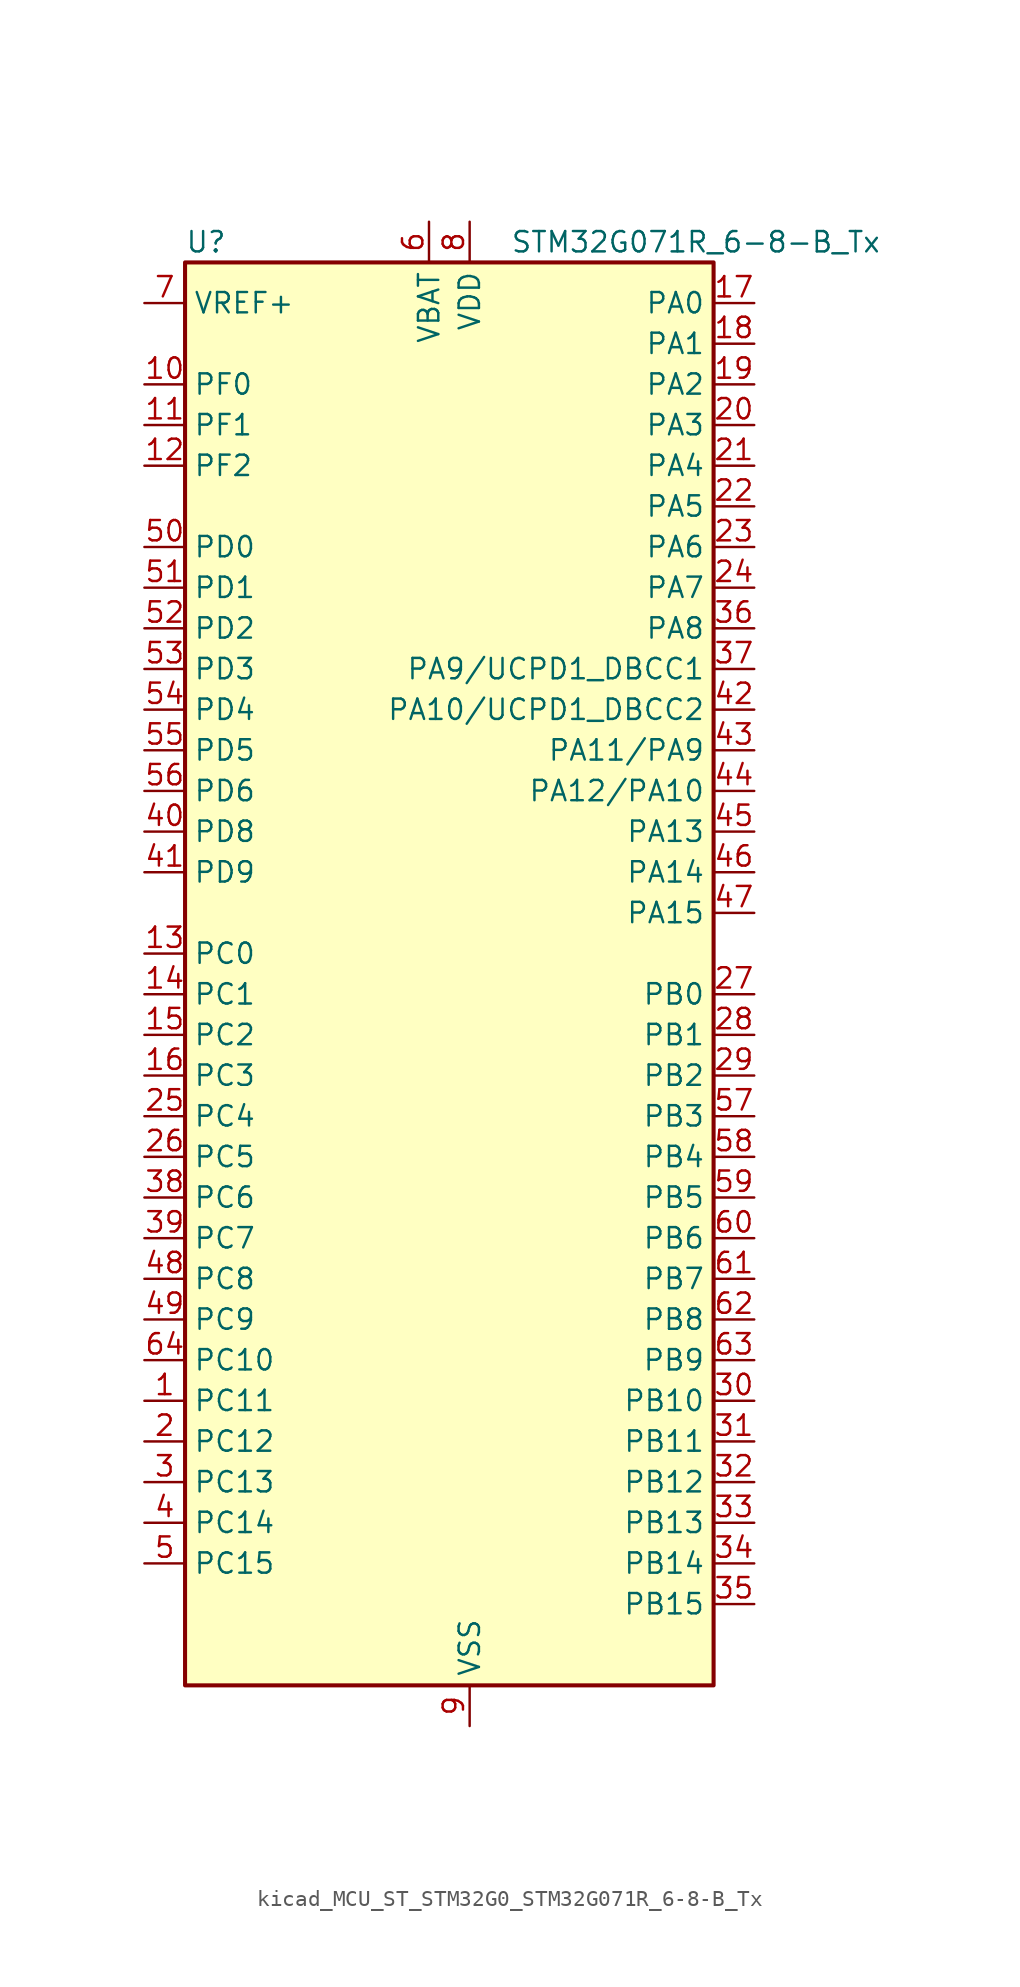
<source format=kicad_sym>
(kicad_symbol_lib
  (version 20220914)
  (generator kicad_symbol_editor)
  (symbol "kicad_MCU_ST_STM32G0_STM32G071R_6-8-B_Tx"
    (property "Reference" "U"
      (at -15.24 46.99 0)
      (effects (font (size 1.27 1.27)) (justify left)))
    (property "Value" "STM32G071R_6-8-B_Tx"
      (at 5.08 46.99 0)
      (effects (font (size 1.27 1.27)) (justify left)))
    (property "ki_locked" ""
      (at 0 0 0)
      (effects (font (size 1.27 1.27))))
    (symbol "kicad_MCU_ST_STM32G0_STM32G071R_6-8-B_Tx_0_1"
      (rectangle (start -15.24 -43.18) (end 17.78 45.72) (stroke (width 0.254) (type default)) (fill (type background))))
    (symbol "kicad_MCU_ST_STM32G0_STM32G071R_6-8-B_Tx_1_1"
      (pin bidirectional line (at -17.78 -25.4 0) (length 2.54) (name "PC11" (effects (font (size 1.27 1.27)))) (number "1" (effects (font (size 1.27 1.27)))) (alternate "ADC1_EXTI11" bidirectional line) (alternate "TIM1_CH4" bidirectional line) (alternate "USART3_RX" bidirectional line) (alternate "USART4_RX" bidirectional line))
      (pin bidirectional line (at -17.78 38.1 0) (length 2.54) (name "PF0" (effects (font (size 1.27 1.27)))) (number "10" (effects (font (size 1.27 1.27)))) (alternate "RCC_OSC_IN" bidirectional line) (alternate "TIM14_CH1" bidirectional line))
      (pin bidirectional line (at -17.78 35.56 0) (length 2.54) (name "PF1" (effects (font (size 1.27 1.27)))) (number "11" (effects (font (size 1.27 1.27)))) (alternate "RCC_OSC_EN" bidirectional line) (alternate "RCC_OSC_OUT" bidirectional line) (alternate "TIM15_CH1N" bidirectional line))
      (pin bidirectional line (at -17.78 33.02 0) (length 2.54) (name "PF2" (effects (font (size 1.27 1.27)))) (number "12" (effects (font (size 1.27 1.27)))) (alternate "RCC_MCO" bidirectional line))
      (pin bidirectional line (at -17.78 2.54 0) (length 2.54) (name "PC0" (effects (font (size 1.27 1.27)))) (number "13" (effects (font (size 1.27 1.27)))) (alternate "LPTIM1_IN1" bidirectional line) (alternate "LPTIM2_IN1" bidirectional line) (alternate "LPUART1_RX" bidirectional line))
      (pin bidirectional line (at -17.78 0 0) (length 2.54) (name "PC1" (effects (font (size 1.27 1.27)))) (number "14" (effects (font (size 1.27 1.27)))) (alternate "LPTIM1_OUT" bidirectional line) (alternate "LPUART1_TX" bidirectional line) (alternate "TIM15_CH1" bidirectional line))
      (pin bidirectional line (at -17.78 -2.54 0) (length 2.54) (name "PC2" (effects (font (size 1.27 1.27)))) (number "15" (effects (font (size 1.27 1.27)))) (alternate "LPTIM1_IN2" bidirectional line) (alternate "SPI2_MISO" bidirectional line) (alternate "TIM15_CH2" bidirectional line))
      (pin bidirectional line (at -17.78 -5.08 0) (length 2.54) (name "PC3" (effects (font (size 1.27 1.27)))) (number "16" (effects (font (size 1.27 1.27)))) (alternate "LPTIM1_ETR" bidirectional line) (alternate "LPTIM2_ETR" bidirectional line) (alternate "SPI2_MOSI" bidirectional line))
      (pin bidirectional line (at 20.32 43.18 180) (length 2.54) (name "PA0" (effects (font (size 1.27 1.27)))) (number "17" (effects (font (size 1.27 1.27)))) (alternate "ADC1_IN0" bidirectional line) (alternate "COMP1_INM" bidirectional line) (alternate "COMP1_OUT" bidirectional line) (alternate "LPTIM1_OUT" bidirectional line) (alternate "RTC_TAMP_IN2" bidirectional line) (alternate "SPI2_SCK" bidirectional line) (alternate "SYS_WKUP1" bidirectional line) (alternate "TIM2_CH1" bidirectional line) (alternate "TIM2_ETR" bidirectional line) (alternate "UCPD2_FRSTX1" bidirectional line) (alternate "UCPD2_FRSTX2" bidirectional line) (alternate "USART2_CTS" bidirectional line) (alternate "USART2_NSS" bidirectional line) (alternate "USART4_TX" bidirectional line))
      (pin bidirectional line (at 20.32 40.64 180) (length 2.54) (name "PA1" (effects (font (size 1.27 1.27)))) (number "18" (effects (font (size 1.27 1.27)))) (alternate "ADC1_IN1" bidirectional line) (alternate "COMP1_INP" bidirectional line) (alternate "I2C1_SMBA" bidirectional line) (alternate "I2S1_CK" bidirectional line) (alternate "SPI1_SCK" bidirectional line) (alternate "TIM15_CH1N" bidirectional line) (alternate "TIM2_CH2" bidirectional line) (alternate "USART2_CK" bidirectional line) (alternate "USART2_DE" bidirectional line) (alternate "USART2_RTS" bidirectional line) (alternate "USART4_RX" bidirectional line))
      (pin bidirectional line (at 20.32 38.1 180) (length 2.54) (name "PA2" (effects (font (size 1.27 1.27)))) (number "19" (effects (font (size 1.27 1.27)))) (alternate "ADC1_IN2" bidirectional line) (alternate "COMP2_INM" bidirectional line) (alternate "COMP2_OUT" bidirectional line) (alternate "I2S1_SD" bidirectional line) (alternate "LPUART1_TX" bidirectional line) (alternate "RCC_LSCO" bidirectional line) (alternate "SPI1_MOSI" bidirectional line) (alternate "SYS_WKUP4" bidirectional line) (alternate "TIM15_CH1" bidirectional line) (alternate "TIM2_CH3" bidirectional line) (alternate "UCPD1_FRSTX1" bidirectional line) (alternate "UCPD1_FRSTX2" bidirectional line) (alternate "USART2_TX" bidirectional line))
      (pin bidirectional line (at -17.78 -27.94 0) (length 2.54) (name "PC12" (effects (font (size 1.27 1.27)))) (number "2" (effects (font (size 1.27 1.27)))) (alternate "LPTIM1_IN1" bidirectional line) (alternate "TIM14_CH1" bidirectional line) (alternate "UCPD1_FRSTX1" bidirectional line) (alternate "UCPD1_FRSTX2" bidirectional line))
      (pin bidirectional line (at 20.32 35.56 180) (length 2.54) (name "PA3" (effects (font (size 1.27 1.27)))) (number "20" (effects (font (size 1.27 1.27)))) (alternate "ADC1_IN3" bidirectional line) (alternate "COMP2_INP" bidirectional line) (alternate "LPUART1_RX" bidirectional line) (alternate "SPI2_MISO" bidirectional line) (alternate "TIM15_CH2" bidirectional line) (alternate "TIM2_CH4" bidirectional line) (alternate "UCPD2_FRSTX1" bidirectional line) (alternate "UCPD2_FRSTX2" bidirectional line) (alternate "USART2_RX" bidirectional line))
      (pin bidirectional line (at 20.32 33.02 180) (length 2.54) (name "PA4" (effects (font (size 1.27 1.27)))) (number "21" (effects (font (size 1.27 1.27)))) (alternate "ADC1_IN4" bidirectional line) (alternate "DAC1_OUT1" bidirectional line) (alternate "I2S1_WS" bidirectional line) (alternate "LPTIM2_OUT" bidirectional line) (alternate "RTC_OUT_ALARM" bidirectional line) (alternate "RTC_OUT_CALIB" bidirectional line) (alternate "SPI1_NSS" bidirectional line) (alternate "SPI2_MOSI" bidirectional line) (alternate "TIM14_CH1" bidirectional line) (alternate "UCPD2_FRSTX1" bidirectional line) (alternate "UCPD2_FRSTX2" bidirectional line))
      (pin bidirectional line (at 20.32 30.48 180) (length 2.54) (name "PA5" (effects (font (size 1.27 1.27)))) (number "22" (effects (font (size 1.27 1.27)))) (alternate "ADC1_IN5" bidirectional line) (alternate "CEC" bidirectional line) (alternate "DAC1_OUT2" bidirectional line) (alternate "I2S1_CK" bidirectional line) (alternate "LPTIM2_ETR" bidirectional line) (alternate "SPI1_SCK" bidirectional line) (alternate "TIM2_CH1" bidirectional line) (alternate "TIM2_ETR" bidirectional line) (alternate "UCPD1_FRSTX1" bidirectional line) (alternate "UCPD1_FRSTX2" bidirectional line) (alternate "USART3_TX" bidirectional line))
      (pin bidirectional line (at 20.32 27.94 180) (length 2.54) (name "PA6" (effects (font (size 1.27 1.27)))) (number "23" (effects (font (size 1.27 1.27)))) (alternate "ADC1_IN6" bidirectional line) (alternate "COMP1_OUT" bidirectional line) (alternate "I2S1_MCK" bidirectional line) (alternate "LPUART1_CTS" bidirectional line) (alternate "SPI1_MISO" bidirectional line) (alternate "TIM16_CH1" bidirectional line) (alternate "TIM1_BK" bidirectional line) (alternate "TIM3_CH1" bidirectional line) (alternate "USART3_CTS" bidirectional line) (alternate "USART3_NSS" bidirectional line))
      (pin bidirectional line (at 20.32 25.4 180) (length 2.54) (name "PA7" (effects (font (size 1.27 1.27)))) (number "24" (effects (font (size 1.27 1.27)))) (alternate "ADC1_IN7" bidirectional line) (alternate "COMP2_OUT" bidirectional line) (alternate "I2S1_SD" bidirectional line) (alternate "SPI1_MOSI" bidirectional line) (alternate "TIM14_CH1" bidirectional line) (alternate "TIM17_CH1" bidirectional line) (alternate "TIM1_CH1N" bidirectional line) (alternate "TIM3_CH2" bidirectional line) (alternate "UCPD1_FRSTX1" bidirectional line) (alternate "UCPD1_FRSTX2" bidirectional line))
      (pin bidirectional line (at -17.78 -7.62 0) (length 2.54) (name "PC4" (effects (font (size 1.27 1.27)))) (number "25" (effects (font (size 1.27 1.27)))) (alternate "ADC1_IN17" bidirectional line) (alternate "COMP1_INM" bidirectional line) (alternate "TIM2_CH1" bidirectional line) (alternate "TIM2_ETR" bidirectional line) (alternate "USART1_TX" bidirectional line) (alternate "USART3_TX" bidirectional line))
      (pin bidirectional line (at -17.78 -10.16 0) (length 2.54) (name "PC5" (effects (font (size 1.27 1.27)))) (number "26" (effects (font (size 1.27 1.27)))) (alternate "ADC1_IN18" bidirectional line) (alternate "COMP1_INP" bidirectional line) (alternate "SYS_WKUP5" bidirectional line) (alternate "TIM2_CH2" bidirectional line) (alternate "USART1_RX" bidirectional line) (alternate "USART3_RX" bidirectional line))
      (pin bidirectional line (at 20.32 0 180) (length 2.54) (name "PB0" (effects (font (size 1.27 1.27)))) (number "27" (effects (font (size 1.27 1.27)))) (alternate "ADC1_IN8" bidirectional line) (alternate "COMP1_OUT" bidirectional line) (alternate "I2S1_WS" bidirectional line) (alternate "LPTIM1_OUT" bidirectional line) (alternate "SPI1_NSS" bidirectional line) (alternate "TIM1_CH2N" bidirectional line) (alternate "TIM3_CH3" bidirectional line) (alternate "UCPD1_FRSTX1" bidirectional line) (alternate "UCPD1_FRSTX2" bidirectional line) (alternate "USART3_RX" bidirectional line))
      (pin bidirectional line (at 20.32 -2.54 180) (length 2.54) (name "PB1" (effects (font (size 1.27 1.27)))) (number "28" (effects (font (size 1.27 1.27)))) (alternate "ADC1_IN9" bidirectional line) (alternate "COMP1_INM" bidirectional line) (alternate "LPTIM2_IN1" bidirectional line) (alternate "LPUART1_DE" bidirectional line) (alternate "LPUART1_RTS" bidirectional line) (alternate "TIM14_CH1" bidirectional line) (alternate "TIM1_CH3N" bidirectional line) (alternate "TIM3_CH4" bidirectional line) (alternate "USART3_CK" bidirectional line) (alternate "USART3_DE" bidirectional line) (alternate "USART3_RTS" bidirectional line))
      (pin bidirectional line (at 20.32 -5.08 180) (length 2.54) (name "PB2" (effects (font (size 1.27 1.27)))) (number "29" (effects (font (size 1.27 1.27)))) (alternate "ADC1_IN10" bidirectional line) (alternate "COMP1_INP" bidirectional line) (alternate "LPTIM1_OUT" bidirectional line) (alternate "SPI2_MISO" bidirectional line) (alternate "USART3_TX" bidirectional line))
      (pin bidirectional line (at -17.78 -30.48 0) (length 2.54) (name "PC13" (effects (font (size 1.27 1.27)))) (number "3" (effects (font (size 1.27 1.27)))) (alternate "RTC_OUT_ALARM" bidirectional line) (alternate "RTC_OUT_CALIB" bidirectional line) (alternate "RTC_TAMP_IN1" bidirectional line) (alternate "RTC_TS" bidirectional line) (alternate "SYS_WKUP2" bidirectional line) (alternate "TIM1_BK" bidirectional line))
      (pin bidirectional line (at 20.32 -25.4 180) (length 2.54) (name "PB10" (effects (font (size 1.27 1.27)))) (number "30" (effects (font (size 1.27 1.27)))) (alternate "ADC1_IN11" bidirectional line) (alternate "CEC" bidirectional line) (alternate "COMP1_OUT" bidirectional line) (alternate "I2C2_SCL" bidirectional line) (alternate "LPUART1_RX" bidirectional line) (alternate "SPI2_SCK" bidirectional line) (alternate "TIM2_CH3" bidirectional line) (alternate "USART3_TX" bidirectional line))
      (pin bidirectional line (at 20.32 -27.94 180) (length 2.54) (name "PB11" (effects (font (size 1.27 1.27)))) (number "31" (effects (font (size 1.27 1.27)))) (alternate "ADC1_EXTI11" bidirectional line) (alternate "ADC1_IN15" bidirectional line) (alternate "COMP2_OUT" bidirectional line) (alternate "I2C2_SDA" bidirectional line) (alternate "LPUART1_TX" bidirectional line) (alternate "SPI2_MOSI" bidirectional line) (alternate "TIM2_CH4" bidirectional line) (alternate "USART3_RX" bidirectional line))
      (pin bidirectional line (at 20.32 -30.48 180) (length 2.54) (name "PB12" (effects (font (size 1.27 1.27)))) (number "32" (effects (font (size 1.27 1.27)))) (alternate "ADC1_IN16" bidirectional line) (alternate "LPUART1_DE" bidirectional line) (alternate "LPUART1_RTS" bidirectional line) (alternate "SPI2_NSS" bidirectional line) (alternate "TIM15_BK" bidirectional line) (alternate "TIM1_BK" bidirectional line) (alternate "UCPD2_FRSTX1" bidirectional line) (alternate "UCPD2_FRSTX2" bidirectional line))
      (pin bidirectional line (at 20.32 -33.02 180) (length 2.54) (name "PB13" (effects (font (size 1.27 1.27)))) (number "33" (effects (font (size 1.27 1.27)))) (alternate "I2C2_SCL" bidirectional line) (alternate "LPUART1_CTS" bidirectional line) (alternate "SPI2_SCK" bidirectional line) (alternate "TIM15_CH1N" bidirectional line) (alternate "TIM1_CH1N" bidirectional line) (alternate "USART3_CTS" bidirectional line) (alternate "USART3_NSS" bidirectional line))
      (pin bidirectional line (at 20.32 -35.56 180) (length 2.54) (name "PB14" (effects (font (size 1.27 1.27)))) (number "34" (effects (font (size 1.27 1.27)))) (alternate "I2C2_SDA" bidirectional line) (alternate "SPI2_MISO" bidirectional line) (alternate "TIM15_CH1" bidirectional line) (alternate "TIM1_CH2N" bidirectional line) (alternate "UCPD1_FRSTX1" bidirectional line) (alternate "UCPD1_FRSTX2" bidirectional line) (alternate "USART3_CK" bidirectional line) (alternate "USART3_DE" bidirectional line) (alternate "USART3_RTS" bidirectional line))
      (pin bidirectional line (at 20.32 -38.1 180) (length 2.54) (name "PB15" (effects (font (size 1.27 1.27)))) (number "35" (effects (font (size 1.27 1.27)))) (alternate "RTC_REFIN" bidirectional line) (alternate "SPI2_MOSI" bidirectional line) (alternate "TIM15_CH1N" bidirectional line) (alternate "TIM15_CH2" bidirectional line) (alternate "TIM1_CH3N" bidirectional line) (alternate "UCPD1_CC2" bidirectional line))
      (pin bidirectional line (at 20.32 22.86 180) (length 2.54) (name "PA8" (effects (font (size 1.27 1.27)))) (number "36" (effects (font (size 1.27 1.27)))) (alternate "LPTIM2_OUT" bidirectional line) (alternate "RCC_MCO" bidirectional line) (alternate "SPI2_NSS" bidirectional line) (alternate "TIM1_CH1" bidirectional line) (alternate "UCPD1_CC1" bidirectional line))
      (pin bidirectional line (at 20.32 20.32 180) (length 2.54) (name "PA9/UCPD1_DBCC1" (effects (font (size 1.27 1.27)))) (number "37" (effects (font (size 1.27 1.27)))) (alternate "DAC1_EXTI9" bidirectional line) (alternate "I2C1_SCL" bidirectional line) (alternate "RCC_MCO" bidirectional line) (alternate "SPI2_MISO" bidirectional line) (alternate "TIM15_BK" bidirectional line) (alternate "TIM1_CH2" bidirectional line) (alternate "UCPD1_DBCC1" bidirectional line) (alternate "USART1_TX" bidirectional line))
      (pin bidirectional line (at -17.78 -12.7 0) (length 2.54) (name "PC6" (effects (font (size 1.27 1.27)))) (number "38" (effects (font (size 1.27 1.27)))) (alternate "TIM2_CH3" bidirectional line) (alternate "TIM3_CH1" bidirectional line) (alternate "UCPD1_FRSTX1" bidirectional line) (alternate "UCPD1_FRSTX2" bidirectional line))
      (pin bidirectional line (at -17.78 -15.24 0) (length 2.54) (name "PC7" (effects (font (size 1.27 1.27)))) (number "39" (effects (font (size 1.27 1.27)))) (alternate "TIM2_CH4" bidirectional line) (alternate "TIM3_CH2" bidirectional line) (alternate "UCPD2_FRSTX1" bidirectional line) (alternate "UCPD2_FRSTX2" bidirectional line))
      (pin bidirectional line (at -17.78 -33.02 0) (length 2.54) (name "PC14" (effects (font (size 1.27 1.27)))) (number "4" (effects (font (size 1.27 1.27)))) (alternate "RCC_OSC32_IN" bidirectional line) (alternate "TIM1_BK2" bidirectional line))
      (pin bidirectional line (at -17.78 10.16 0) (length 2.54) (name "PD8" (effects (font (size 1.27 1.27)))) (number "40" (effects (font (size 1.27 1.27)))) (alternate "I2S1_CK" bidirectional line) (alternate "LPTIM1_OUT" bidirectional line) (alternate "SPI1_SCK" bidirectional line) (alternate "USART3_TX" bidirectional line))
      (pin bidirectional line (at -17.78 7.62 0) (length 2.54) (name "PD9" (effects (font (size 1.27 1.27)))) (number "41" (effects (font (size 1.27 1.27)))) (alternate "DAC1_EXTI9" bidirectional line) (alternate "I2S1_WS" bidirectional line) (alternate "SPI1_NSS" bidirectional line) (alternate "TIM1_BK2" bidirectional line) (alternate "USART3_RX" bidirectional line))
      (pin bidirectional line (at 20.32 17.78 180) (length 2.54) (name "PA10/UCPD1_DBCC2" (effects (font (size 1.27 1.27)))) (number "42" (effects (font (size 1.27 1.27)))) (alternate "I2C1_SDA" bidirectional line) (alternate "SPI2_MOSI" bidirectional line) (alternate "TIM17_BK" bidirectional line) (alternate "TIM1_CH3" bidirectional line) (alternate "UCPD1_DBCC2" bidirectional line) (alternate "USART1_RX" bidirectional line))
      (pin bidirectional line (at 20.32 15.24 180) (length 2.54) (name "PA11/PA9" (effects (font (size 1.27 1.27)))) (number "43" (effects (font (size 1.27 1.27)))) (alternate "ADC1_EXTI11" bidirectional line) (alternate "COMP1_OUT" bidirectional line) (alternate "I2C2_SCL" bidirectional line) (alternate "I2S1_MCK" bidirectional line) (alternate "SPI1_MISO" bidirectional line) (alternate "TIM1_BK2" bidirectional line) (alternate "TIM1_CH4" bidirectional line) (alternate "USART1_CTS" bidirectional line) (alternate "USART1_NSS" bidirectional line))
      (pin bidirectional line (at 20.32 12.7 180) (length 2.54) (name "PA12/PA10" (effects (font (size 1.27 1.27)))) (number "44" (effects (font (size 1.27 1.27)))) (alternate "COMP2_OUT" bidirectional line) (alternate "I2C2_SDA" bidirectional line) (alternate "I2S1_SD" bidirectional line) (alternate "I2S_CKIN" bidirectional line) (alternate "SPI1_MOSI" bidirectional line) (alternate "TIM1_ETR" bidirectional line) (alternate "USART1_CK" bidirectional line) (alternate "USART1_DE" bidirectional line) (alternate "USART1_RTS" bidirectional line))
      (pin bidirectional line (at 20.32 10.16 180) (length 2.54) (name "PA13" (effects (font (size 1.27 1.27)))) (number "45" (effects (font (size 1.27 1.27)))) (alternate "IR_OUT" bidirectional line) (alternate "SYS_SWDIO" bidirectional line))
      (pin bidirectional line (at 20.32 7.62 180) (length 2.54) (name "PA14" (effects (font (size 1.27 1.27)))) (number "46" (effects (font (size 1.27 1.27)))) (alternate "SYS_SWCLK" bidirectional line) (alternate "USART2_TX" bidirectional line))
      (pin bidirectional line (at 20.32 5.08 180) (length 2.54) (name "PA15" (effects (font (size 1.27 1.27)))) (number "47" (effects (font (size 1.27 1.27)))) (alternate "I2S1_WS" bidirectional line) (alternate "SPI1_NSS" bidirectional line) (alternate "TIM2_CH1" bidirectional line) (alternate "TIM2_ETR" bidirectional line) (alternate "USART2_RX" bidirectional line) (alternate "USART3_CK" bidirectional line) (alternate "USART3_DE" bidirectional line) (alternate "USART3_RTS" bidirectional line) (alternate "USART4_CK" bidirectional line) (alternate "USART4_DE" bidirectional line) (alternate "USART4_RTS" bidirectional line))
      (pin bidirectional line (at -17.78 -17.78 0) (length 2.54) (name "PC8" (effects (font (size 1.27 1.27)))) (number "48" (effects (font (size 1.27 1.27)))) (alternate "TIM1_CH1" bidirectional line) (alternate "TIM3_CH3" bidirectional line) (alternate "UCPD2_FRSTX1" bidirectional line) (alternate "UCPD2_FRSTX2" bidirectional line))
      (pin bidirectional line (at -17.78 -20.32 0) (length 2.54) (name "PC9" (effects (font (size 1.27 1.27)))) (number "49" (effects (font (size 1.27 1.27)))) (alternate "DAC1_EXTI9" bidirectional line) (alternate "I2S_CKIN" bidirectional line) (alternate "TIM1_CH2" bidirectional line) (alternate "TIM3_CH4" bidirectional line))
      (pin bidirectional line (at -17.78 -35.56 0) (length 2.54) (name "PC15" (effects (font (size 1.27 1.27)))) (number "5" (effects (font (size 1.27 1.27)))) (alternate "RCC_OSC32_EN" bidirectional line) (alternate "RCC_OSC32_OUT" bidirectional line) (alternate "RCC_OSC_EN" bidirectional line) (alternate "TIM15_BK" bidirectional line))
      (pin bidirectional line (at -17.78 27.94 0) (length 2.54) (name "PD0" (effects (font (size 1.27 1.27)))) (number "50" (effects (font (size 1.27 1.27)))) (alternate "SPI2_NSS" bidirectional line) (alternate "TIM16_CH1" bidirectional line) (alternate "UCPD2_CC1" bidirectional line))
      (pin bidirectional line (at -17.78 25.4 0) (length 2.54) (name "PD1" (effects (font (size 1.27 1.27)))) (number "51" (effects (font (size 1.27 1.27)))) (alternate "SPI2_SCK" bidirectional line) (alternate "TIM17_CH1" bidirectional line) (alternate "UCPD2_DBCC1" bidirectional line))
      (pin bidirectional line (at -17.78 22.86 0) (length 2.54) (name "PD2" (effects (font (size 1.27 1.27)))) (number "52" (effects (font (size 1.27 1.27)))) (alternate "TIM1_CH1N" bidirectional line) (alternate "TIM3_ETR" bidirectional line) (alternate "UCPD2_CC2" bidirectional line) (alternate "USART3_CK" bidirectional line) (alternate "USART3_DE" bidirectional line) (alternate "USART3_RTS" bidirectional line))
      (pin bidirectional line (at -17.78 20.32 0) (length 2.54) (name "PD3" (effects (font (size 1.27 1.27)))) (number "53" (effects (font (size 1.27 1.27)))) (alternate "SPI2_MISO" bidirectional line) (alternate "TIM1_CH2N" bidirectional line) (alternate "UCPD2_DBCC2" bidirectional line) (alternate "USART2_CTS" bidirectional line) (alternate "USART2_NSS" bidirectional line))
      (pin bidirectional line (at -17.78 17.78 0) (length 2.54) (name "PD4" (effects (font (size 1.27 1.27)))) (number "54" (effects (font (size 1.27 1.27)))) (alternate "SPI2_MOSI" bidirectional line) (alternate "TIM1_CH3N" bidirectional line) (alternate "USART2_CK" bidirectional line) (alternate "USART2_DE" bidirectional line) (alternate "USART2_RTS" bidirectional line))
      (pin bidirectional line (at -17.78 15.24 0) (length 2.54) (name "PD5" (effects (font (size 1.27 1.27)))) (number "55" (effects (font (size 1.27 1.27)))) (alternate "I2S1_MCK" bidirectional line) (alternate "SPI1_MISO" bidirectional line) (alternate "TIM1_BK" bidirectional line) (alternate "USART2_TX" bidirectional line))
      (pin bidirectional line (at -17.78 12.7 0) (length 2.54) (name "PD6" (effects (font (size 1.27 1.27)))) (number "56" (effects (font (size 1.27 1.27)))) (alternate "I2S1_SD" bidirectional line) (alternate "LPTIM2_OUT" bidirectional line) (alternate "SPI1_MOSI" bidirectional line) (alternate "USART2_RX" bidirectional line))
      (pin bidirectional line (at 20.32 -7.62 180) (length 2.54) (name "PB3" (effects (font (size 1.27 1.27)))) (number "57" (effects (font (size 1.27 1.27)))) (alternate "COMP2_INM" bidirectional line) (alternate "I2S1_CK" bidirectional line) (alternate "SPI1_SCK" bidirectional line) (alternate "TIM1_CH2" bidirectional line) (alternate "TIM2_CH2" bidirectional line) (alternate "USART1_CK" bidirectional line) (alternate "USART1_DE" bidirectional line) (alternate "USART1_RTS" bidirectional line))
      (pin bidirectional line (at 20.32 -10.16 180) (length 2.54) (name "PB4" (effects (font (size 1.27 1.27)))) (number "58" (effects (font (size 1.27 1.27)))) (alternate "COMP2_INP" bidirectional line) (alternate "I2S1_MCK" bidirectional line) (alternate "SPI1_MISO" bidirectional line) (alternate "TIM17_BK" bidirectional line) (alternate "TIM3_CH1" bidirectional line) (alternate "USART1_CTS" bidirectional line) (alternate "USART1_NSS" bidirectional line))
      (pin bidirectional line (at 20.32 -12.7 180) (length 2.54) (name "PB5" (effects (font (size 1.27 1.27)))) (number "59" (effects (font (size 1.27 1.27)))) (alternate "COMP2_OUT" bidirectional line) (alternate "I2C1_SMBA" bidirectional line) (alternate "I2S1_SD" bidirectional line) (alternate "LPTIM1_IN1" bidirectional line) (alternate "SPI1_MOSI" bidirectional line) (alternate "SYS_WKUP6" bidirectional line) (alternate "TIM16_BK" bidirectional line) (alternate "TIM3_CH2" bidirectional line))
      (pin power_in line (at 0 48.26 270) (length 2.54) (name "VBAT" (effects (font (size 1.27 1.27)))) (number "6" (effects (font (size 1.27 1.27)))))
      (pin bidirectional line (at 20.32 -15.24 180) (length 2.54) (name "PB6" (effects (font (size 1.27 1.27)))) (number "60" (effects (font (size 1.27 1.27)))) (alternate "COMP2_INP" bidirectional line) (alternate "I2C1_SCL" bidirectional line) (alternate "LPTIM1_ETR" bidirectional line) (alternate "SPI2_MISO" bidirectional line) (alternate "TIM16_CH1N" bidirectional line) (alternate "TIM1_CH3" bidirectional line) (alternate "USART1_TX" bidirectional line))
      (pin bidirectional line (at 20.32 -17.78 180) (length 2.54) (name "PB7" (effects (font (size 1.27 1.27)))) (number "61" (effects (font (size 1.27 1.27)))) (alternate "COMP2_INM" bidirectional line) (alternate "I2C1_SDA" bidirectional line) (alternate "LPTIM1_IN2" bidirectional line) (alternate "SPI2_MOSI" bidirectional line) (alternate "SYS_PVD_IN" bidirectional line) (alternate "TIM17_CH1N" bidirectional line) (alternate "USART1_RX" bidirectional line) (alternate "USART4_CTS" bidirectional line) (alternate "USART4_NSS" bidirectional line))
      (pin bidirectional line (at 20.32 -20.32 180) (length 2.54) (name "PB8" (effects (font (size 1.27 1.27)))) (number "62" (effects (font (size 1.27 1.27)))) (alternate "CEC" bidirectional line) (alternate "I2C1_SCL" bidirectional line) (alternate "SPI2_SCK" bidirectional line) (alternate "TIM15_BK" bidirectional line) (alternate "TIM16_CH1" bidirectional line) (alternate "USART3_TX" bidirectional line))
      (pin bidirectional line (at 20.32 -22.86 180) (length 2.54) (name "PB9" (effects (font (size 1.27 1.27)))) (number "63" (effects (font (size 1.27 1.27)))) (alternate "DAC1_EXTI9" bidirectional line) (alternate "I2C1_SDA" bidirectional line) (alternate "IR_OUT" bidirectional line) (alternate "SPI2_NSS" bidirectional line) (alternate "TIM17_CH1" bidirectional line) (alternate "UCPD2_FRSTX1" bidirectional line) (alternate "UCPD2_FRSTX2" bidirectional line) (alternate "USART3_RX" bidirectional line))
      (pin bidirectional line (at -17.78 -22.86 0) (length 2.54) (name "PC10" (effects (font (size 1.27 1.27)))) (number "64" (effects (font (size 1.27 1.27)))) (alternate "TIM1_CH3" bidirectional line) (alternate "USART3_TX" bidirectional line) (alternate "USART4_TX" bidirectional line))
      (pin input line (at -17.78 43.18 0) (length 2.54) (name "VREF+" (effects (font (size 1.27 1.27)))) (number "7" (effects (font (size 1.27 1.27)))) (alternate "VREFBUF_OUT" bidirectional line))
      (pin power_in line (at 2.54 48.26 270) (length 2.54) (name "VDD" (effects (font (size 1.27 1.27)))) (number "8" (effects (font (size 1.27 1.27)))))
      (pin power_in line (at 2.54 -45.72 90) (length 2.54) (name "VSS" (effects (font (size 1.27 1.27)))) (number "9" (effects (font (size 1.27 1.27))))))))
</source>
